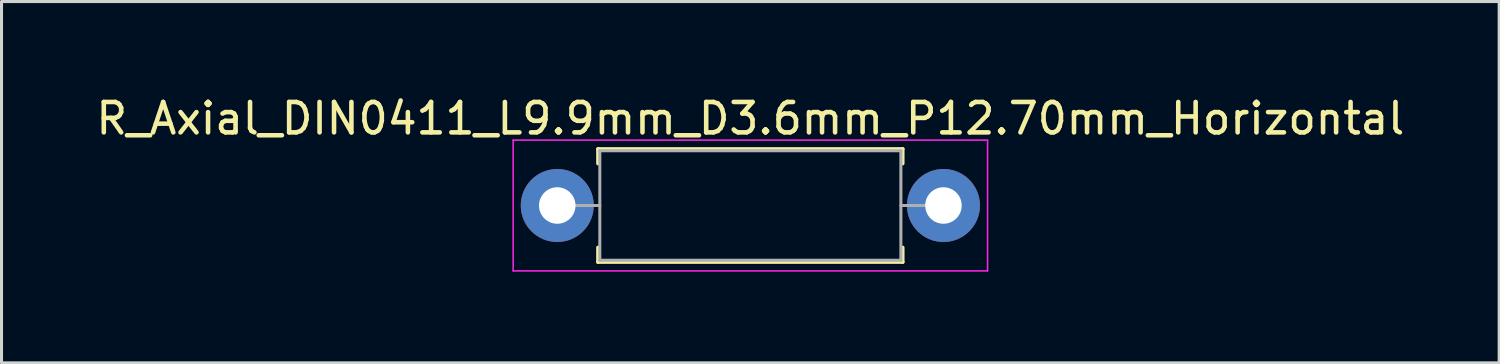
<source format=kicad_pcb>
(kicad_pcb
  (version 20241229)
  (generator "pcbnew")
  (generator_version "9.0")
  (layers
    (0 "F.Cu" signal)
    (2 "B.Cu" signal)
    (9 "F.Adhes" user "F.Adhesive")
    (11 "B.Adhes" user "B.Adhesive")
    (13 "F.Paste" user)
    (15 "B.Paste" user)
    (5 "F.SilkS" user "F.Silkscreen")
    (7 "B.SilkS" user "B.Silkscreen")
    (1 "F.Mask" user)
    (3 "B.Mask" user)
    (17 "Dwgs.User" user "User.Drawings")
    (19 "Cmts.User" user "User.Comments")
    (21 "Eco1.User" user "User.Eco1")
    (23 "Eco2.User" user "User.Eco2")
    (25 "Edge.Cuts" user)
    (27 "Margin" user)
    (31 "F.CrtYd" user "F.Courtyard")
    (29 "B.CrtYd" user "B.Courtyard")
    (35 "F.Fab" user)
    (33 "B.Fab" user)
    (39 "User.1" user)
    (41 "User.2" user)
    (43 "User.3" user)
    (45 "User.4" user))
  (footprint "R_Axial_DIN0411_L9.9mm_D3.6mm_P12.70mm_Horizontal"
    (layer "F.Cu")
    (at 15.275 3.708)
    (property "Reference" "R_Axial_DIN0411_L9.9mm_D3.6mm_P12.70mm_Horizontal" (at 6.35 -2.86 0) (layer "F.SilkS") (effects (font (size 1 1) (thickness 0.15))))
    (attr through_hole)
    (fp_line (start 1.34 -1.86) (end 11.36 -1.86) (stroke (width 0.12) (type solid)) (layer "F.SilkS"))
    (fp_line (start 1.34 -1.38) (end 1.34 -1.86) (stroke (width 0.12) (type solid)) (layer "F.SilkS"))
    (fp_line (start 1.34 1.38) (end 1.34 1.86) (stroke (width 0.12) (type solid)) (layer "F.SilkS"))
    (fp_line (start 1.34 1.86) (end 11.36 1.86) (stroke (width 0.12) (type solid)) (layer "F.SilkS"))
    (fp_line (start 11.36 -1.86) (end 11.36 -1.38) (stroke (width 0.12) (type solid)) (layer "F.SilkS"))
    (fp_line (start 11.36 1.86) (end 11.36 1.38) (stroke (width 0.12) (type solid)) (layer "F.SilkS"))
    (fp_line (start -1.45 -2.15) (end -1.45 2.15) (stroke (width 0.05) (type solid)) (layer "F.CrtYd"))
    (fp_line (start -1.45 2.15) (end 14.15 2.15) (stroke (width 0.05) (type solid)) (layer "F.CrtYd"))
    (fp_line (start 14.15 -2.15) (end -1.45 -2.15) (stroke (width 0.05) (type solid)) (layer "F.CrtYd"))
    (fp_line (start 14.15 2.15) (end 14.15 -2.15) (stroke (width 0.05) (type solid)) (layer "F.CrtYd"))
    (fp_line (start 0 0) (end 1.4 0) (stroke (width 0.1) (type solid)) (layer "F.Fab"))
    (fp_line (start 1.4 -1.8) (end 1.4 1.8) (stroke (width 0.1) (type solid)) (layer "F.Fab"))
    (fp_line (start 1.4 1.8) (end 11.3 1.8) (stroke (width 0.1) (type solid)) (layer "F.Fab"))
    (fp_line (start 11.3 -1.8) (end 1.4 -1.8) (stroke (width 0.1) (type solid)) (layer "F.Fab"))
    (fp_line (start 11.3 1.8) (end 11.3 -1.8) (stroke (width 0.1) (type solid)) (layer "F.Fab"))
    (fp_line (start 12.7 0) (end 11.3 0) (stroke (width 0.1) (type solid)) (layer "F.Fab"))
    (pad "1" thru_hole circle (at 0 0) (size 2.4 2.4) (drill 1.2) (layers "*.Cu" "*.Mask"))
    (pad "2" thru_hole oval (at 12.7 0) (size 2.4 2.4) (drill 1.2) (layers "*.Cu" "*.Mask")))
  (gr_rect
    (start -3 -3)
    (end 46.25 8.883)
    (stroke (width 0.1) (type default))
    (fill no)
    (layer "Edge.Cuts")))
</source>
